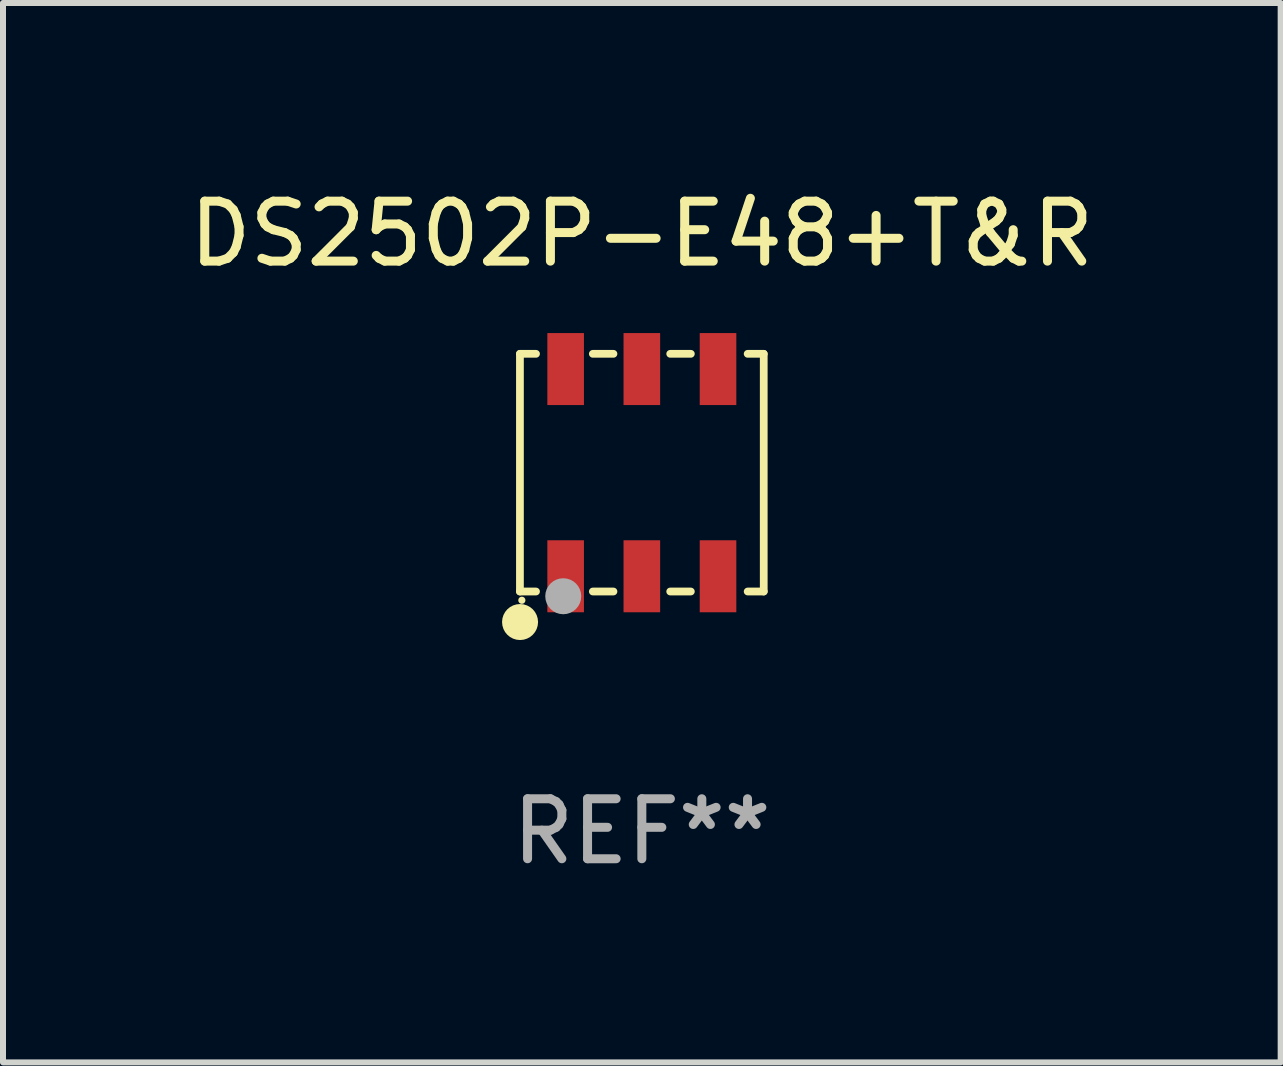
<source format=kicad_pcb>
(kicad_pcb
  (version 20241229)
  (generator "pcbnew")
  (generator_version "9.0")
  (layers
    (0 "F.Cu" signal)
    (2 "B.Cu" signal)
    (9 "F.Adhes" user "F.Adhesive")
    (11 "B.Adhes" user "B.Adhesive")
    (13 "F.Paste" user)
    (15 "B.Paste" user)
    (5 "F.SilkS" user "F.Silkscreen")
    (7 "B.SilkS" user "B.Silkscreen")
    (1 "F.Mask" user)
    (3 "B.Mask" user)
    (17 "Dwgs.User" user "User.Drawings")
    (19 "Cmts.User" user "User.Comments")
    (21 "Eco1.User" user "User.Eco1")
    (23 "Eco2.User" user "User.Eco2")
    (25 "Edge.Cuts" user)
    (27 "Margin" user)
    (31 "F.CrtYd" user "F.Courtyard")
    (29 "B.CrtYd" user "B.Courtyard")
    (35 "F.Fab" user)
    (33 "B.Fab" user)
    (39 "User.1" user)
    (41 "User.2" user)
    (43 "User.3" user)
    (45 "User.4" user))
  (footprint "DS2502P-E48+T&R"
    (layer "F.Cu")
    (at 7.649 4.829)
    (property "Reference" "DS2502P-E48+T&R" (at 0 -3.981 0) (layer "F.SilkS") (effects (font (size 1 1) (thickness 0.15))))
    (attr through_hole)
    (fp_line (start -2.032 -1.981) (end -2.032 1.981) (stroke (width 0.129) (type solid)) (layer "F.SilkS"))
    (fp_line (start -1.764 -1.981) (end -2.032 -1.981) (stroke (width 0.129) (type solid)) (layer "F.SilkS"))
    (fp_line (start -1.764 1.981) (end -2.032 1.981) (stroke (width 0.129) (type solid)) (layer "F.SilkS"))
    (fp_line (start -0.473 -1.981) (end -0.817 -1.981) (stroke (width 0.129) (type solid)) (layer "F.SilkS"))
    (fp_line (start -0.473 1.981) (end -0.817 1.981) (stroke (width 0.129) (type solid)) (layer "F.SilkS"))
    (fp_line (start 0.817 -1.981) (end 0.473 -1.981) (stroke (width 0.129) (type solid)) (layer "F.SilkS"))
    (fp_line (start 0.817 1.981) (end 0.473 1.981) (stroke (width 0.129) (type solid)) (layer "F.SilkS"))
    (fp_line (start 2.032 -1.981) (end 1.764 -1.981) (stroke (width 0.129) (type solid)) (layer "F.SilkS"))
    (fp_line (start 2.032 1.981) (end 1.764 1.981) (stroke (width 0.129) (type solid)) (layer "F.SilkS"))
    (fp_line (start 2.032 1.981) (end 2.032 -1.981) (stroke (width 0.129) (type solid)) (layer "F.SilkS"))
    (fp_circle (center -2.03 2.49) (end -1.88 2.49) (stroke (width 0.3) (type solid)) (fill no) (layer "F.SilkS"))
    (fp_circle (center -2 2.127) (end -1.97 2.127) (stroke (width 0.06) (type solid)) (fill no) (layer "F.SilkS"))
    (fp_circle (center -1.31 2.06) (end -1.16 2.06) (stroke (width 0.3) (type solid)) (fill no) (layer "F.Fab"))
    (fp_text user "REF**" (at 0 5.981 0) (layer "F.Fab") (effects (font (size 1 1) (thickness 0.15))))
    (pad "1" smd rect (at -1.27 1.727) (size 0.61 1.2) (layers "F.Cu" "F.Mask" "F.Paste"))
    (pad "2" smd rect (at 0 1.727) (size 0.61 1.2) (layers "F.Cu" "F.Mask" "F.Paste"))
    (pad "3" smd rect (at 1.27 1.727) (size 0.61 1.2) (layers "F.Cu" "F.Mask" "F.Paste"))
    (pad "4" smd rect (at 1.27 -1.727) (size 0.61 1.2) (layers "F.Cu" "F.Mask" "F.Paste"))
    (pad "5" smd rect (at 0 -1.727) (size 0.61 1.2) (layers "F.Cu" "F.Mask" "F.Paste"))
    (pad "6" smd rect (at -1.27 -1.727) (size 0.61 1.2) (layers "F.Cu" "F.Mask" "F.Paste")))
  (gr_rect
    (start -3 -3)
    (end 18.298 14.659)
    (stroke (width 0.1) (type default))
    (fill no)
    (layer "Edge.Cuts")))
</source>
